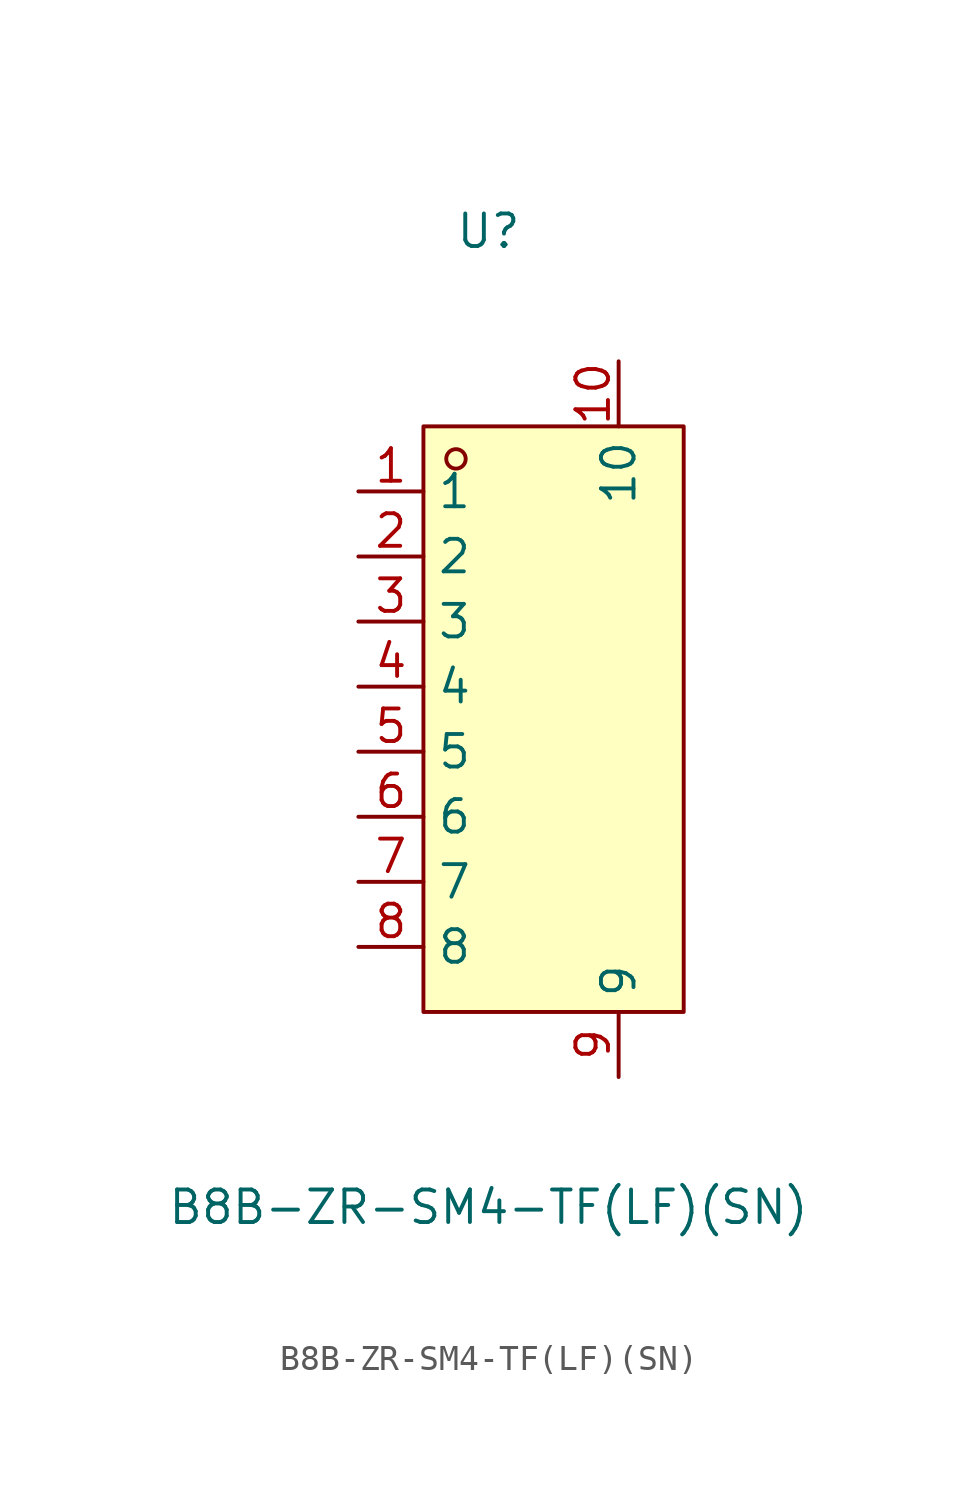
<source format=kicad_sym>
(kicad_symbol_lib
  (version 20211014)
  (generator https://github.com/uPesy/easyeda2kicad.py)
  (symbol "B8B-ZR-SM4-TF(LF)(SN)"
    (property "Reference" "U"
      (at 0 17.78 0)
      (effects (font (size 1.27 1.27))))
    (property "Value" "B8B-ZR-SM4-TF(LF)(SN)"
      (at 0 -20.32 0)
      (effects (font (size 1.27 1.27))))
    (symbol "B8B-ZR-SM4-TF(LF)(SN)_0_1"
      (rectangle (start -2.54 10.16) (end 7.62 -12.70) (stroke (width 0) (type default) (color 0 0 0 0)) (fill (type background)))
      (circle (center -1.27 8.89) (radius 0.38) (stroke (width 0) (type default) (color 0 0 0 0)) (fill (type none)))
      (pin unspecified line (at -5.08 7.62 0) (length 2.54) (name "1" (effects (font (size 1.27 1.27)))) (number "1" (effects (font (size 1.27 1.27)))))
      (pin unspecified line (at -5.08 5.08 0) (length 2.54) (name "2" (effects (font (size 1.27 1.27)))) (number "2" (effects (font (size 1.27 1.27)))))
      (pin unspecified line (at -5.08 2.54 0) (length 2.54) (name "3" (effects (font (size 1.27 1.27)))) (number "3" (effects (font (size 1.27 1.27)))))
      (pin unspecified line (at -5.08 -0.00 0) (length 2.54) (name "4" (effects (font (size 1.27 1.27)))) (number "4" (effects (font (size 1.27 1.27)))))
      (pin unspecified line (at -5.08 -2.54 0) (length 2.54) (name "5" (effects (font (size 1.27 1.27)))) (number "5" (effects (font (size 1.27 1.27)))))
      (pin unspecified line (at -5.08 -5.08 0) (length 2.54) (name "6" (effects (font (size 1.27 1.27)))) (number "6" (effects (font (size 1.27 1.27)))))
      (pin unspecified line (at -5.08 -7.62 0) (length 2.54) (name "7" (effects (font (size 1.27 1.27)))) (number "7" (effects (font (size 1.27 1.27)))))
      (pin unspecified line (at -5.08 -10.16 0) (length 2.54) (name "8" (effects (font (size 1.27 1.27)))) (number "8" (effects (font (size 1.27 1.27)))))
      (pin unspecified line (at 5.08 -15.24 90) (length 2.54) (name "9" (effects (font (size 1.27 1.27)))) (number "9" (effects (font (size 1.27 1.27)))))
      (pin unspecified line (at 5.08 12.70 270) (length 2.54) (name "10" (effects (font (size 1.27 1.27)))) (number "10" (effects (font (size 1.27 1.27))))))))
</source>
